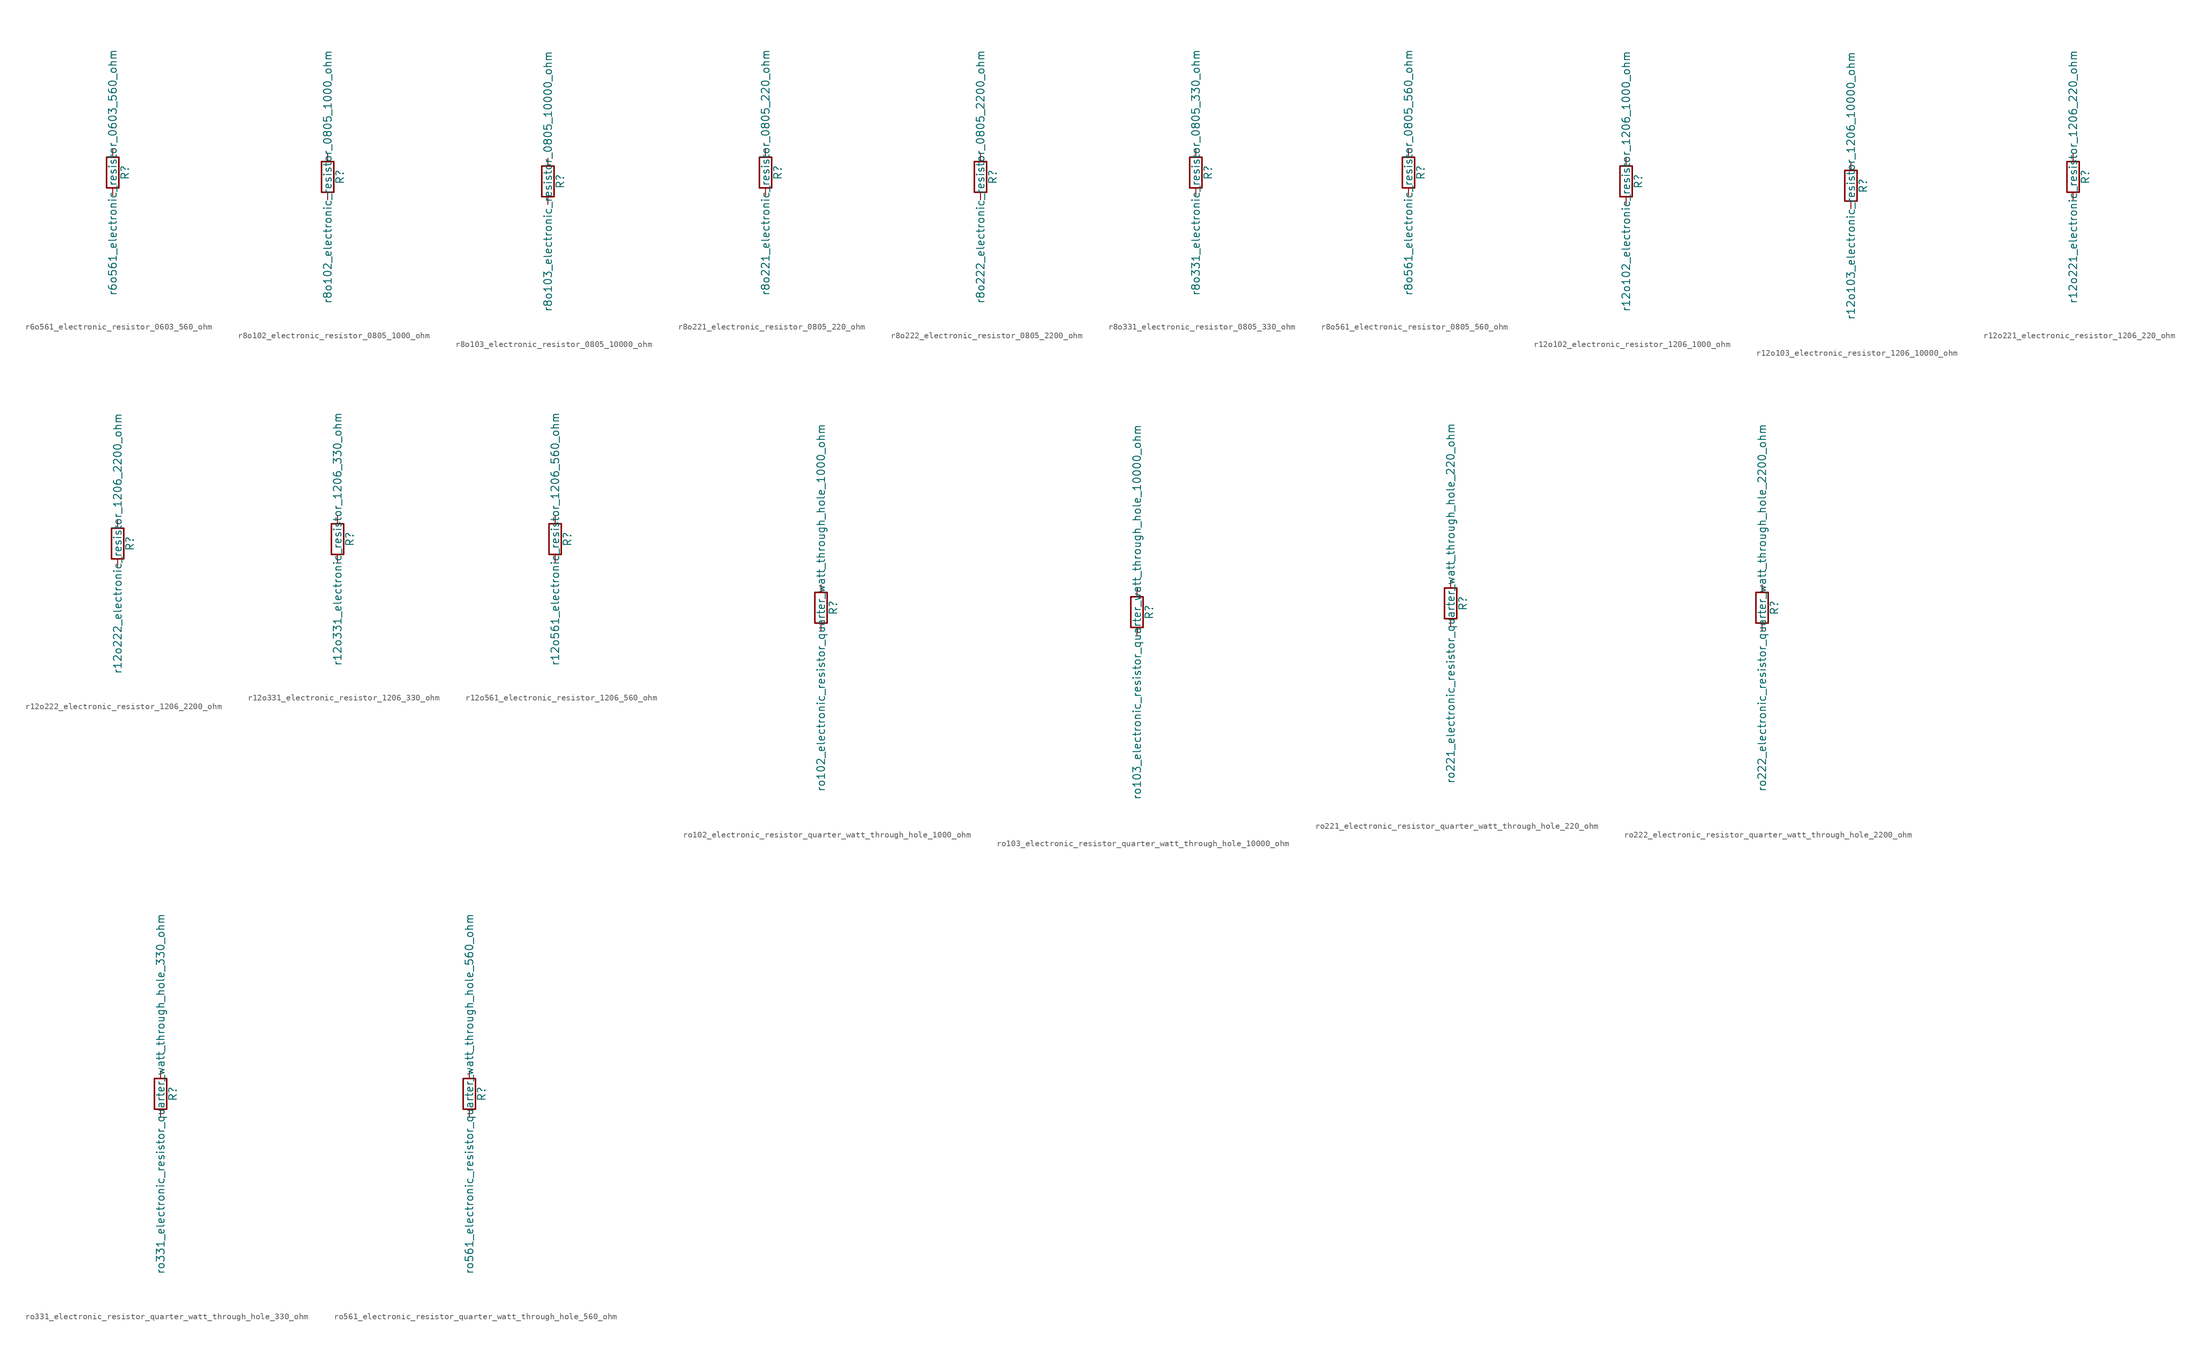
<source format=kicad_sym>
(kicad_symbol_lib
  (version 20220914)
  (generator kicad_symbol_editor)
  (symbol "r6o561_electronic_resistor_0603_560_ohm"
    (pin_numbers hide)
    (pin_names
      (offset 0))
    (property "Reference" "R"
      (at 2.032 0 90)
      (effects (font (size 1.27 1.27))))
    (property "Value" "r6o561_electronic_resistor_0603_560_ohm"
      (at 0 0 90)
      (effects (font (size 1.27 1.27))))
    (symbol "r6o561_electronic_resistor_0603_560_ohm_0_1"
      (rectangle (start -1.016 -2.54) (end 1.016 2.54) (stroke (width 0.254) (type default)) (fill (type none))))
    (symbol "r6o561_electronic_resistor_0603_560_ohm_1_1"
      (pin passive line (at 0 3.81 270) (length 1.27) (name "~" (effects (font (size 1.27 1.27)))) (number "1" (effects (font (size 1.27 1.27)))))
      (pin passive line (at 0 -3.81 90) (length 1.27) (name "~" (effects (font (size 1.27 1.27)))) (number "2" (effects (font (size 1.27 1.27)))))))
  (symbol "r8o102_electronic_resistor_0805_1000_ohm"
    (pin_numbers hide)
    (pin_names
      (offset 0))
    (property "Reference" "R"
      (at 2.032 0 90)
      (effects (font (size 1.27 1.27))))
    (property "Value" "r8o102_electronic_resistor_0805_1000_ohm"
      (at 0 0 90)
      (effects (font (size 1.27 1.27))))
    (symbol "r8o102_electronic_resistor_0805_1000_ohm_0_1"
      (rectangle (start -1.016 -2.54) (end 1.016 2.54) (stroke (width 0.254) (type default)) (fill (type none))))
    (symbol "r8o102_electronic_resistor_0805_1000_ohm_1_1"
      (pin passive line (at 0 3.81 270) (length 1.27) (name "~" (effects (font (size 1.27 1.27)))) (number "1" (effects (font (size 1.27 1.27)))))
      (pin passive line (at 0 -3.81 90) (length 1.27) (name "~" (effects (font (size 1.27 1.27)))) (number "2" (effects (font (size 1.27 1.27)))))))
  (symbol "r8o103_electronic_resistor_0805_10000_ohm"
    (pin_numbers hide)
    (pin_names
      (offset 0))
    (property "Reference" "R"
      (at 2.032 0 90)
      (effects (font (size 1.27 1.27))))
    (property "Value" "r8o103_electronic_resistor_0805_10000_ohm"
      (at 0 0 90)
      (effects (font (size 1.27 1.27))))
    (symbol "r8o103_electronic_resistor_0805_10000_ohm_0_1"
      (rectangle (start -1.016 -2.54) (end 1.016 2.54) (stroke (width 0.254) (type default)) (fill (type none))))
    (symbol "r8o103_electronic_resistor_0805_10000_ohm_1_1"
      (pin passive line (at 0 3.81 270) (length 1.27) (name "~" (effects (font (size 1.27 1.27)))) (number "1" (effects (font (size 1.27 1.27)))))
      (pin passive line (at 0 -3.81 90) (length 1.27) (name "~" (effects (font (size 1.27 1.27)))) (number "2" (effects (font (size 1.27 1.27)))))))
  (symbol "r8o221_electronic_resistor_0805_220_ohm"
    (pin_numbers hide)
    (pin_names
      (offset 0))
    (property "Reference" "R"
      (at 2.032 0 90)
      (effects (font (size 1.27 1.27))))
    (property "Value" "r8o221_electronic_resistor_0805_220_ohm"
      (at 0 0 90)
      (effects (font (size 1.27 1.27))))
    (symbol "r8o221_electronic_resistor_0805_220_ohm_0_1"
      (rectangle (start -1.016 -2.54) (end 1.016 2.54) (stroke (width 0.254) (type default)) (fill (type none))))
    (symbol "r8o221_electronic_resistor_0805_220_ohm_1_1"
      (pin passive line (at 0 3.81 270) (length 1.27) (name "~" (effects (font (size 1.27 1.27)))) (number "1" (effects (font (size 1.27 1.27)))))
      (pin passive line (at 0 -3.81 90) (length 1.27) (name "~" (effects (font (size 1.27 1.27)))) (number "2" (effects (font (size 1.27 1.27)))))))
  (symbol "r8o222_electronic_resistor_0805_2200_ohm"
    (pin_numbers hide)
    (pin_names
      (offset 0))
    (property "Reference" "R"
      (at 2.032 0 90)
      (effects (font (size 1.27 1.27))))
    (property "Value" "r8o222_electronic_resistor_0805_2200_ohm"
      (at 0 0 90)
      (effects (font (size 1.27 1.27))))
    (symbol "r8o222_electronic_resistor_0805_2200_ohm_0_1"
      (rectangle (start -1.016 -2.54) (end 1.016 2.54) (stroke (width 0.254) (type default)) (fill (type none))))
    (symbol "r8o222_electronic_resistor_0805_2200_ohm_1_1"
      (pin passive line (at 0 3.81 270) (length 1.27) (name "~" (effects (font (size 1.27 1.27)))) (number "1" (effects (font (size 1.27 1.27)))))
      (pin passive line (at 0 -3.81 90) (length 1.27) (name "~" (effects (font (size 1.27 1.27)))) (number "2" (effects (font (size 1.27 1.27)))))))
  (symbol "r8o331_electronic_resistor_0805_330_ohm"
    (pin_numbers hide)
    (pin_names
      (offset 0))
    (property "Reference" "R"
      (at 2.032 0 90)
      (effects (font (size 1.27 1.27))))
    (property "Value" "r8o331_electronic_resistor_0805_330_ohm"
      (at 0 0 90)
      (effects (font (size 1.27 1.27))))
    (symbol "r8o331_electronic_resistor_0805_330_ohm_0_1"
      (rectangle (start -1.016 -2.54) (end 1.016 2.54) (stroke (width 0.254) (type default)) (fill (type none))))
    (symbol "r8o331_electronic_resistor_0805_330_ohm_1_1"
      (pin passive line (at 0 3.81 270) (length 1.27) (name "~" (effects (font (size 1.27 1.27)))) (number "1" (effects (font (size 1.27 1.27)))))
      (pin passive line (at 0 -3.81 90) (length 1.27) (name "~" (effects (font (size 1.27 1.27)))) (number "2" (effects (font (size 1.27 1.27)))))))
  (symbol "r8o561_electronic_resistor_0805_560_ohm"
    (pin_numbers hide)
    (pin_names
      (offset 0))
    (property "Reference" "R"
      (at 2.032 0 90)
      (effects (font (size 1.27 1.27))))
    (property "Value" "r8o561_electronic_resistor_0805_560_ohm"
      (at 0 0 90)
      (effects (font (size 1.27 1.27))))
    (symbol "r8o561_electronic_resistor_0805_560_ohm_0_1"
      (rectangle (start -1.016 -2.54) (end 1.016 2.54) (stroke (width 0.254) (type default)) (fill (type none))))
    (symbol "r8o561_electronic_resistor_0805_560_ohm_1_1"
      (pin passive line (at 0 3.81 270) (length 1.27) (name "~" (effects (font (size 1.27 1.27)))) (number "1" (effects (font (size 1.27 1.27)))))
      (pin passive line (at 0 -3.81 90) (length 1.27) (name "~" (effects (font (size 1.27 1.27)))) (number "2" (effects (font (size 1.27 1.27)))))))
  (symbol "r12o102_electronic_resistor_1206_1000_ohm"
    (pin_numbers hide)
    (pin_names
      (offset 0))
    (property "Reference" "R"
      (at 2.032 0 90)
      (effects (font (size 1.27 1.27))))
    (property "Value" "r12o102_electronic_resistor_1206_1000_ohm"
      (at 0 0 90)
      (effects (font (size 1.27 1.27))))
    (symbol "r12o102_electronic_resistor_1206_1000_ohm_0_1"
      (rectangle (start -1.016 -2.54) (end 1.016 2.54) (stroke (width 0.254) (type default)) (fill (type none))))
    (symbol "r12o102_electronic_resistor_1206_1000_ohm_1_1"
      (pin passive line (at 0 3.81 270) (length 1.27) (name "~" (effects (font (size 1.27 1.27)))) (number "1" (effects (font (size 1.27 1.27)))))
      (pin passive line (at 0 -3.81 90) (length 1.27) (name "~" (effects (font (size 1.27 1.27)))) (number "2" (effects (font (size 1.27 1.27)))))))
  (symbol "r12o103_electronic_resistor_1206_10000_ohm"
    (pin_numbers hide)
    (pin_names
      (offset 0))
    (property "Reference" "R"
      (at 2.032 0 90)
      (effects (font (size 1.27 1.27))))
    (property "Value" "r12o103_electronic_resistor_1206_10000_ohm"
      (at 0 0 90)
      (effects (font (size 1.27 1.27))))
    (symbol "r12o103_electronic_resistor_1206_10000_ohm_0_1"
      (rectangle (start -1.016 -2.54) (end 1.016 2.54) (stroke (width 0.254) (type default)) (fill (type none))))
    (symbol "r12o103_electronic_resistor_1206_10000_ohm_1_1"
      (pin passive line (at 0 3.81 270) (length 1.27) (name "~" (effects (font (size 1.27 1.27)))) (number "1" (effects (font (size 1.27 1.27)))))
      (pin passive line (at 0 -3.81 90) (length 1.27) (name "~" (effects (font (size 1.27 1.27)))) (number "2" (effects (font (size 1.27 1.27)))))))
  (symbol "r12o221_electronic_resistor_1206_220_ohm"
    (pin_numbers hide)
    (pin_names
      (offset 0))
    (property "Reference" "R"
      (at 2.032 0 90)
      (effects (font (size 1.27 1.27))))
    (property "Value" "r12o221_electronic_resistor_1206_220_ohm"
      (at 0 0 90)
      (effects (font (size 1.27 1.27))))
    (symbol "r12o221_electronic_resistor_1206_220_ohm_0_1"
      (rectangle (start -1.016 -2.54) (end 1.016 2.54) (stroke (width 0.254) (type default)) (fill (type none))))
    (symbol "r12o221_electronic_resistor_1206_220_ohm_1_1"
      (pin passive line (at 0 3.81 270) (length 1.27) (name "~" (effects (font (size 1.27 1.27)))) (number "1" (effects (font (size 1.27 1.27)))))
      (pin passive line (at 0 -3.81 90) (length 1.27) (name "~" (effects (font (size 1.27 1.27)))) (number "2" (effects (font (size 1.27 1.27)))))))
  (symbol "r12o222_electronic_resistor_1206_2200_ohm"
    (pin_numbers hide)
    (pin_names
      (offset 0))
    (property "Reference" "R"
      (at 2.032 0 90)
      (effects (font (size 1.27 1.27))))
    (property "Value" "r12o222_electronic_resistor_1206_2200_ohm"
      (at 0 0 90)
      (effects (font (size 1.27 1.27))))
    (symbol "r12o222_electronic_resistor_1206_2200_ohm_0_1"
      (rectangle (start -1.016 -2.54) (end 1.016 2.54) (stroke (width 0.254) (type default)) (fill (type none))))
    (symbol "r12o222_electronic_resistor_1206_2200_ohm_1_1"
      (pin passive line (at 0 3.81 270) (length 1.27) (name "~" (effects (font (size 1.27 1.27)))) (number "1" (effects (font (size 1.27 1.27)))))
      (pin passive line (at 0 -3.81 90) (length 1.27) (name "~" (effects (font (size 1.27 1.27)))) (number "2" (effects (font (size 1.27 1.27)))))))
  (symbol "r12o331_electronic_resistor_1206_330_ohm"
    (pin_numbers hide)
    (pin_names
      (offset 0))
    (property "Reference" "R"
      (at 2.032 0 90)
      (effects (font (size 1.27 1.27))))
    (property "Value" "r12o331_electronic_resistor_1206_330_ohm"
      (at 0 0 90)
      (effects (font (size 1.27 1.27))))
    (symbol "r12o331_electronic_resistor_1206_330_ohm_0_1"
      (rectangle (start -1.016 -2.54) (end 1.016 2.54) (stroke (width 0.254) (type default)) (fill (type none))))
    (symbol "r12o331_electronic_resistor_1206_330_ohm_1_1"
      (pin passive line (at 0 3.81 270) (length 1.27) (name "~" (effects (font (size 1.27 1.27)))) (number "1" (effects (font (size 1.27 1.27)))))
      (pin passive line (at 0 -3.81 90) (length 1.27) (name "~" (effects (font (size 1.27 1.27)))) (number "2" (effects (font (size 1.27 1.27)))))))
  (symbol "r12o561_electronic_resistor_1206_560_ohm"
    (pin_numbers hide)
    (pin_names
      (offset 0))
    (property "Reference" "R"
      (at 2.032 0 90)
      (effects (font (size 1.27 1.27))))
    (property "Value" "r12o561_electronic_resistor_1206_560_ohm"
      (at 0 0 90)
      (effects (font (size 1.27 1.27))))
    (symbol "r12o561_electronic_resistor_1206_560_ohm_0_1"
      (rectangle (start -1.016 -2.54) (end 1.016 2.54) (stroke (width 0.254) (type default)) (fill (type none))))
    (symbol "r12o561_electronic_resistor_1206_560_ohm_1_1"
      (pin passive line (at 0 3.81 270) (length 1.27) (name "~" (effects (font (size 1.27 1.27)))) (number "1" (effects (font (size 1.27 1.27)))))
      (pin passive line (at 0 -3.81 90) (length 1.27) (name "~" (effects (font (size 1.27 1.27)))) (number "2" (effects (font (size 1.27 1.27)))))))
  (symbol "ro102_electronic_resistor_quarter_watt_through_hole_1000_ohm"
    (pin_numbers hide)
    (pin_names
      (offset 0))
    (property "Reference" "R"
      (at 2.032 0 90)
      (effects (font (size 1.27 1.27))))
    (property "Value" "ro102_electronic_resistor_quarter_watt_through_hole_1000_ohm"
      (at 0 0 90)
      (effects (font (size 1.27 1.27))))
    (symbol "ro102_electronic_resistor_quarter_watt_through_hole_1000_ohm_0_1"
      (rectangle (start -1.016 -2.54) (end 1.016 2.54) (stroke (width 0.254) (type default)) (fill (type none))))
    (symbol "ro102_electronic_resistor_quarter_watt_through_hole_1000_ohm_1_1"
      (pin passive line (at 0 3.81 270) (length 1.27) (name "~" (effects (font (size 1.27 1.27)))) (number "1" (effects (font (size 1.27 1.27)))))
      (pin passive line (at 0 -3.81 90) (length 1.27) (name "~" (effects (font (size 1.27 1.27)))) (number "2" (effects (font (size 1.27 1.27)))))))
  (symbol "ro103_electronic_resistor_quarter_watt_through_hole_10000_ohm"
    (pin_numbers hide)
    (pin_names
      (offset 0))
    (property "Reference" "R"
      (at 2.032 0 90)
      (effects (font (size 1.27 1.27))))
    (property "Value" "ro103_electronic_resistor_quarter_watt_through_hole_10000_ohm"
      (at 0 0 90)
      (effects (font (size 1.27 1.27))))
    (symbol "ro103_electronic_resistor_quarter_watt_through_hole_10000_ohm_0_1"
      (rectangle (start -1.016 -2.54) (end 1.016 2.54) (stroke (width 0.254) (type default)) (fill (type none))))
    (symbol "ro103_electronic_resistor_quarter_watt_through_hole_10000_ohm_1_1"
      (pin passive line (at 0 3.81 270) (length 1.27) (name "~" (effects (font (size 1.27 1.27)))) (number "1" (effects (font (size 1.27 1.27)))))
      (pin passive line (at 0 -3.81 90) (length 1.27) (name "~" (effects (font (size 1.27 1.27)))) (number "2" (effects (font (size 1.27 1.27)))))))
  (symbol "ro221_electronic_resistor_quarter_watt_through_hole_220_ohm"
    (pin_numbers hide)
    (pin_names
      (offset 0))
    (property "Reference" "R"
      (at 2.032 0 90)
      (effects (font (size 1.27 1.27))))
    (property "Value" "ro221_electronic_resistor_quarter_watt_through_hole_220_ohm"
      (at 0 0 90)
      (effects (font (size 1.27 1.27))))
    (symbol "ro221_electronic_resistor_quarter_watt_through_hole_220_ohm_0_1"
      (rectangle (start -1.016 -2.54) (end 1.016 2.54) (stroke (width 0.254) (type default)) (fill (type none))))
    (symbol "ro221_electronic_resistor_quarter_watt_through_hole_220_ohm_1_1"
      (pin passive line (at 0 3.81 270) (length 1.27) (name "~" (effects (font (size 1.27 1.27)))) (number "1" (effects (font (size 1.27 1.27)))))
      (pin passive line (at 0 -3.81 90) (length 1.27) (name "~" (effects (font (size 1.27 1.27)))) (number "2" (effects (font (size 1.27 1.27)))))))
  (symbol "ro222_electronic_resistor_quarter_watt_through_hole_2200_ohm"
    (pin_numbers hide)
    (pin_names
      (offset 0))
    (property "Reference" "R"
      (at 2.032 0 90)
      (effects (font (size 1.27 1.27))))
    (property "Value" "ro222_electronic_resistor_quarter_watt_through_hole_2200_ohm"
      (at 0 0 90)
      (effects (font (size 1.27 1.27))))
    (symbol "ro222_electronic_resistor_quarter_watt_through_hole_2200_ohm_0_1"
      (rectangle (start -1.016 -2.54) (end 1.016 2.54) (stroke (width 0.254) (type default)) (fill (type none))))
    (symbol "ro222_electronic_resistor_quarter_watt_through_hole_2200_ohm_1_1"
      (pin passive line (at 0 3.81 270) (length 1.27) (name "~" (effects (font (size 1.27 1.27)))) (number "1" (effects (font (size 1.27 1.27)))))
      (pin passive line (at 0 -3.81 90) (length 1.27) (name "~" (effects (font (size 1.27 1.27)))) (number "2" (effects (font (size 1.27 1.27)))))))
  (symbol "ro331_electronic_resistor_quarter_watt_through_hole_330_ohm"
    (pin_numbers hide)
    (pin_names
      (offset 0))
    (property "Reference" "R"
      (at 2.032 0 90)
      (effects (font (size 1.27 1.27))))
    (property "Value" "ro331_electronic_resistor_quarter_watt_through_hole_330_ohm"
      (at 0 0 90)
      (effects (font (size 1.27 1.27))))
    (symbol "ro331_electronic_resistor_quarter_watt_through_hole_330_ohm_0_1"
      (rectangle (start -1.016 -2.54) (end 1.016 2.54) (stroke (width 0.254) (type default)) (fill (type none))))
    (symbol "ro331_electronic_resistor_quarter_watt_through_hole_330_ohm_1_1"
      (pin passive line (at 0 3.81 270) (length 1.27) (name "~" (effects (font (size 1.27 1.27)))) (number "1" (effects (font (size 1.27 1.27)))))
      (pin passive line (at 0 -3.81 90) (length 1.27) (name "~" (effects (font (size 1.27 1.27)))) (number "2" (effects (font (size 1.27 1.27)))))))
  (symbol "ro561_electronic_resistor_quarter_watt_through_hole_560_ohm"
    (pin_numbers hide)
    (pin_names
      (offset 0))
    (property "Reference" "R"
      (at 2.032 0 90)
      (effects (font (size 1.27 1.27))))
    (property "Value" "ro561_electronic_resistor_quarter_watt_through_hole_560_ohm"
      (at 0 0 90)
      (effects (font (size 1.27 1.27))))
    (symbol "ro561_electronic_resistor_quarter_watt_through_hole_560_ohm_0_1"
      (rectangle (start -1.016 -2.54) (end 1.016 2.54) (stroke (width 0.254) (type default)) (fill (type none))))
    (symbol "ro561_electronic_resistor_quarter_watt_through_hole_560_ohm_1_1"
      (pin passive line (at 0 3.81 270) (length 1.27) (name "~" (effects (font (size 1.27 1.27)))) (number "1" (effects (font (size 1.27 1.27)))))
      (pin passive line (at 0 -3.81 90) (length 1.27) (name "~" (effects (font (size 1.27 1.27)))) (number "2" (effects (font (size 1.27 1.27))))))))
</source>
